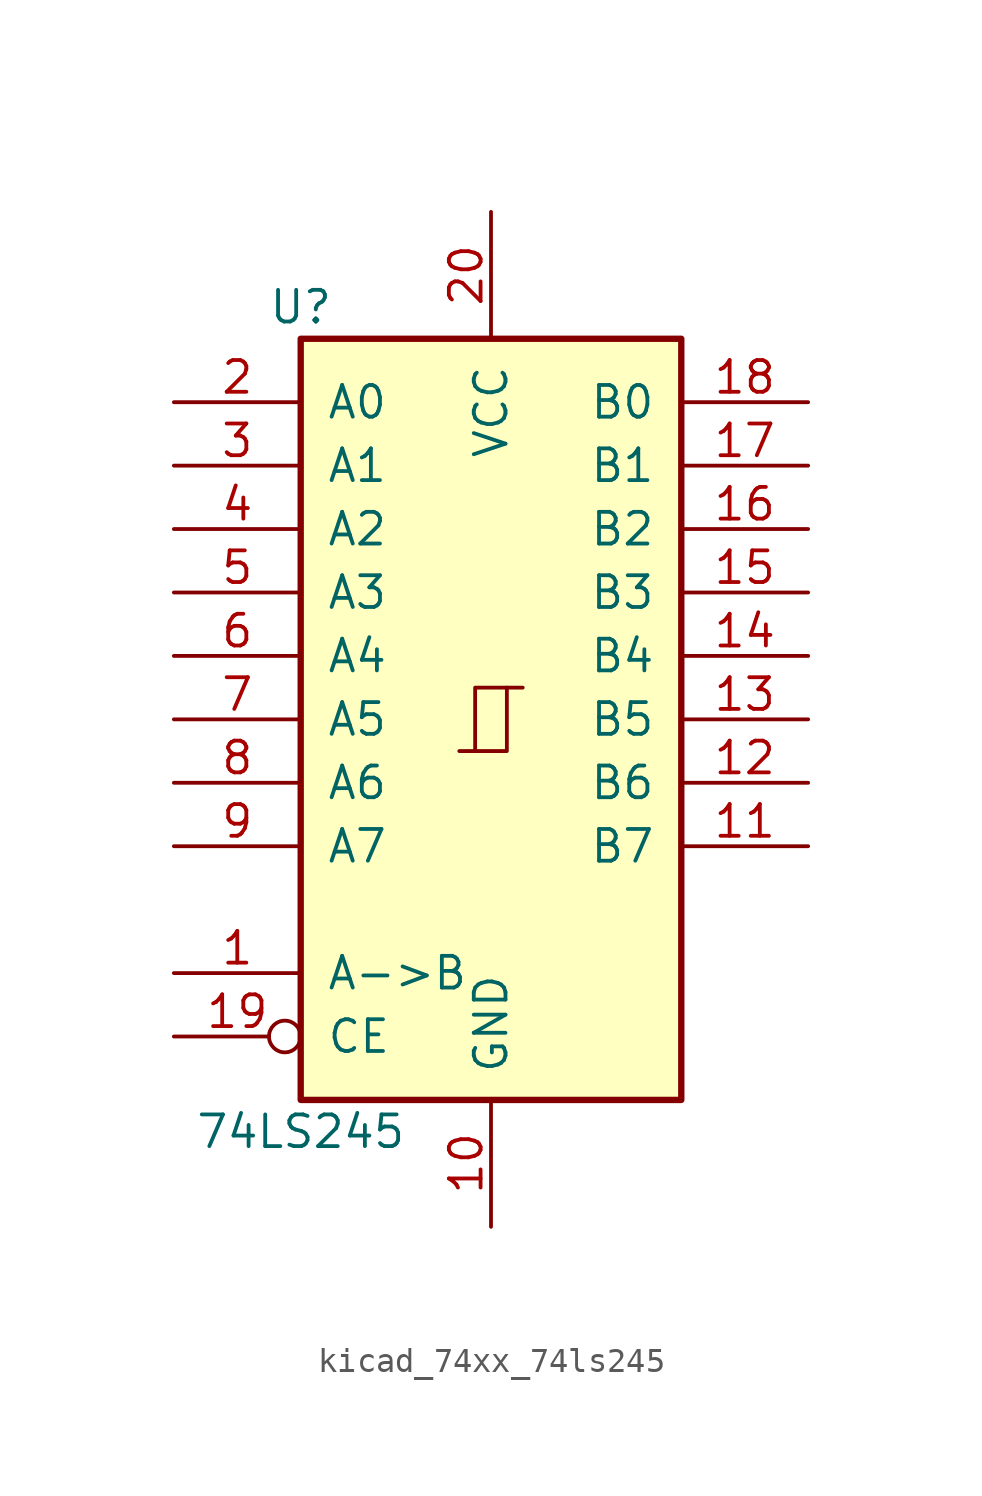
<source format=kicad_sym>
(kicad_symbol_lib
  (version 20220914)
  (generator kicad_symbol_editor)
  (symbol "kicad_74xx_74ls245"
    (pin_names
      (offset 1.016))
    (property "Reference" "U"
      (at -7.62 16.51 0)
      (effects (font (size 1.27 1.27))))
    (property "Value" "74LS245"
      (at -7.62 -16.51 0)
      (effects (font (size 1.27 1.27))))
    (property "ki_locked" ""
      (at 0 0 0)
      (effects (font (size 1.27 1.27))))
    (symbol "kicad_74xx_74ls245_1_0"
      (polyline (pts (xy -0.635 -1.27) (xy -0.635 1.27) (xy 0.635 1.27)) (stroke (width 0) (type default)) (fill (type none)))
      (polyline (pts (xy -1.27 -1.27) (xy 0.635 -1.27) (xy 0.635 1.27) (xy 1.27 1.27)) (stroke (width 0) (type default)) (fill (type none)))
      (pin input line (at -12.7 -10.16 0) (length 5.08) (name "A->B" (effects (font (size 1.27 1.27)))) (number "1" (effects (font (size 1.27 1.27)))))
      (pin power_in line (at 0 -20.32 90) (length 5.08) (name "GND" (effects (font (size 1.27 1.27)))) (number "10" (effects (font (size 1.27 1.27)))))
      (pin tri_state line (at 12.7 -5.08 180) (length 5.08) (name "B7" (effects (font (size 1.27 1.27)))) (number "11" (effects (font (size 1.27 1.27)))))
      (pin tri_state line (at 12.7 -2.54 180) (length 5.08) (name "B6" (effects (font (size 1.27 1.27)))) (number "12" (effects (font (size 1.27 1.27)))))
      (pin tri_state line (at 12.7 0 180) (length 5.08) (name "B5" (effects (font (size 1.27 1.27)))) (number "13" (effects (font (size 1.27 1.27)))))
      (pin tri_state line (at 12.7 2.54 180) (length 5.08) (name "B4" (effects (font (size 1.27 1.27)))) (number "14" (effects (font (size 1.27 1.27)))))
      (pin tri_state line (at 12.7 5.08 180) (length 5.08) (name "B3" (effects (font (size 1.27 1.27)))) (number "15" (effects (font (size 1.27 1.27)))))
      (pin tri_state line (at 12.7 7.62 180) (length 5.08) (name "B2" (effects (font (size 1.27 1.27)))) (number "16" (effects (font (size 1.27 1.27)))))
      (pin tri_state line (at 12.7 10.16 180) (length 5.08) (name "B1" (effects (font (size 1.27 1.27)))) (number "17" (effects (font (size 1.27 1.27)))))
      (pin tri_state line (at 12.7 12.7 180) (length 5.08) (name "B0" (effects (font (size 1.27 1.27)))) (number "18" (effects (font (size 1.27 1.27)))))
      (pin input inverted (at -12.7 -12.7 0) (length 5.08) (name "CE" (effects (font (size 1.27 1.27)))) (number "19" (effects (font (size 1.27 1.27)))))
      (pin tri_state line (at -12.7 12.7 0) (length 5.08) (name "A0" (effects (font (size 1.27 1.27)))) (number "2" (effects (font (size 1.27 1.27)))))
      (pin power_in line (at 0 20.32 270) (length 5.08) (name "VCC" (effects (font (size 1.27 1.27)))) (number "20" (effects (font (size 1.27 1.27)))))
      (pin tri_state line (at -12.7 10.16 0) (length 5.08) (name "A1" (effects (font (size 1.27 1.27)))) (number "3" (effects (font (size 1.27 1.27)))))
      (pin tri_state line (at -12.7 7.62 0) (length 5.08) (name "A2" (effects (font (size 1.27 1.27)))) (number "4" (effects (font (size 1.27 1.27)))))
      (pin tri_state line (at -12.7 5.08 0) (length 5.08) (name "A3" (effects (font (size 1.27 1.27)))) (number "5" (effects (font (size 1.27 1.27)))))
      (pin tri_state line (at -12.7 2.54 0) (length 5.08) (name "A4" (effects (font (size 1.27 1.27)))) (number "6" (effects (font (size 1.27 1.27)))))
      (pin tri_state line (at -12.7 0 0) (length 5.08) (name "A5" (effects (font (size 1.27 1.27)))) (number "7" (effects (font (size 1.27 1.27)))))
      (pin tri_state line (at -12.7 -2.54 0) (length 5.08) (name "A6" (effects (font (size 1.27 1.27)))) (number "8" (effects (font (size 1.27 1.27)))))
      (pin tri_state line (at -12.7 -5.08 0) (length 5.08) (name "A7" (effects (font (size 1.27 1.27)))) (number "9" (effects (font (size 1.27 1.27))))))
    (symbol "kicad_74xx_74ls245_1_1"
      (rectangle (start -7.62 15.24) (end 7.62 -15.24) (stroke (width 0.254) (type default)) (fill (type background))))))
</source>
